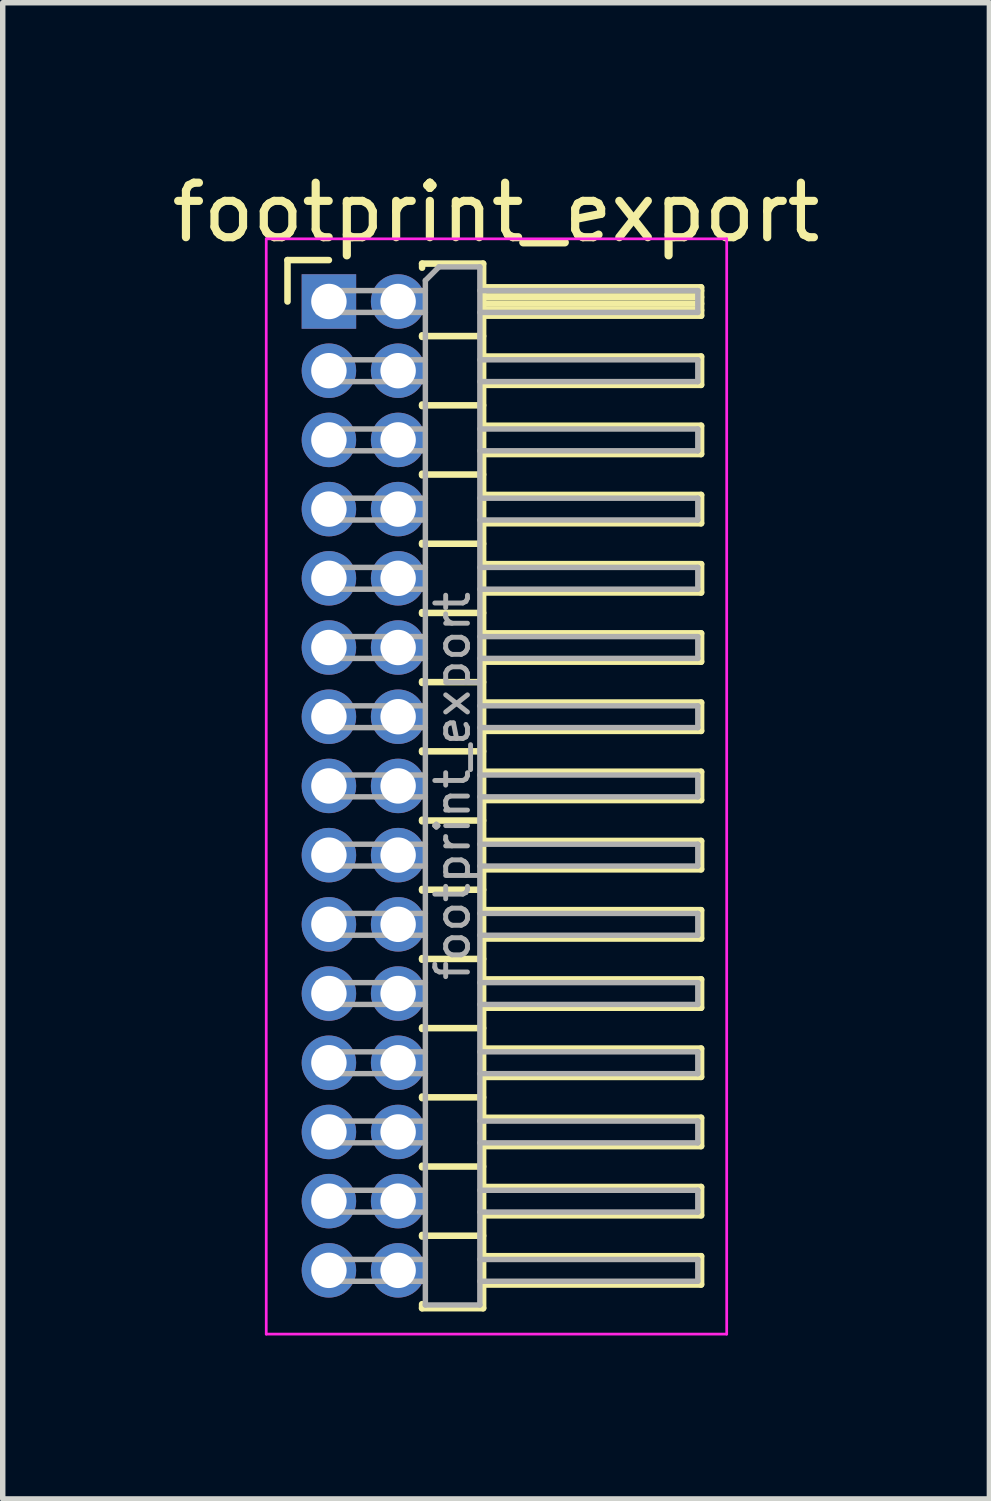
<source format=kicad_pcb>
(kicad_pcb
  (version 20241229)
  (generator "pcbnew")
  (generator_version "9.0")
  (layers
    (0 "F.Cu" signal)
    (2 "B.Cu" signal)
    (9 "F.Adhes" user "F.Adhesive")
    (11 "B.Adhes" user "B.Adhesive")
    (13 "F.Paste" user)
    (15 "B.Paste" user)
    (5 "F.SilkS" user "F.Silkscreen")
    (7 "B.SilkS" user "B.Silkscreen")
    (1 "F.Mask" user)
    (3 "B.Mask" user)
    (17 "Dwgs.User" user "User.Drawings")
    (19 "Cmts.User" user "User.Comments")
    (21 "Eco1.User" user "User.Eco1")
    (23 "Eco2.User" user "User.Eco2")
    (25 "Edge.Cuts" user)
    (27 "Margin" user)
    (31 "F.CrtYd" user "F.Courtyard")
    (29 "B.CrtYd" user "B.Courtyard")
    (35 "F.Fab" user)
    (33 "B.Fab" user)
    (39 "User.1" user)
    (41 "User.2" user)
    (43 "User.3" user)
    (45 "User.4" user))
  (footprint "footprint_export"
    (layer "F.Cu")
    (at 2.986 2.483)
    (property "Reference" "footprint_export" (at 3.067 -1.635 0) (layer "F.SilkS") (effects (font (size 1 1) (thickness 0.15))))
    (attr through_hole)
    (fp_line (start -0.76 -0.76) (end 0 -0.76) (stroke (width 0.12) (type solid)) (layer "F.SilkS"))
    (fp_line (start -0.76 0) (end -0.76 -0.76) (stroke (width 0.12) (type solid)) (layer "F.SilkS"))
    (fp_line (start 1.71 -0.695) (end 2.83 -0.695) (stroke (width 0.12) (type solid)) (layer "F.SilkS"))
    (fp_line (start 1.71 -0.62) (end 1.71 -0.695) (stroke (width 0.12) (type solid)) (layer "F.SilkS"))
    (fp_line (start 1.71 0.62) (end 1.71 0.65) (stroke (width 0.12) (type solid)) (layer "F.SilkS"))
    (fp_line (start 1.71 0.635) (end 2.83 0.635) (stroke (width 0.12) (type solid)) (layer "F.SilkS"))
    (fp_line (start 1.71 1.89) (end 1.71 1.92) (stroke (width 0.12) (type solid)) (layer "F.SilkS"))
    (fp_line (start 1.71 1.905) (end 2.83 1.905) (stroke (width 0.12) (type solid)) (layer "F.SilkS"))
    (fp_line (start 1.71 3.16) (end 1.71 3.19) (stroke (width 0.12) (type solid)) (layer "F.SilkS"))
    (fp_line (start 1.71 3.175) (end 2.83 3.175) (stroke (width 0.12) (type solid)) (layer "F.SilkS"))
    (fp_line (start 1.71 4.43) (end 1.71 4.46) (stroke (width 0.12) (type solid)) (layer "F.SilkS"))
    (fp_line (start 1.71 4.445) (end 2.83 4.445) (stroke (width 0.12) (type solid)) (layer "F.SilkS"))
    (fp_line (start 1.71 5.7) (end 1.71 5.73) (stroke (width 0.12) (type solid)) (layer "F.SilkS"))
    (fp_line (start 1.71 5.715) (end 2.83 5.715) (stroke (width 0.12) (type solid)) (layer "F.SilkS"))
    (fp_line (start 1.71 6.97) (end 1.71 7) (stroke (width 0.12) (type solid)) (layer "F.SilkS"))
    (fp_line (start 1.71 6.985) (end 2.83 6.985) (stroke (width 0.12) (type solid)) (layer "F.SilkS"))
    (fp_line (start 1.71 8.24) (end 1.71 8.27) (stroke (width 0.12) (type solid)) (layer "F.SilkS"))
    (fp_line (start 1.71 8.255) (end 2.83 8.255) (stroke (width 0.12) (type solid)) (layer "F.SilkS"))
    (fp_line (start 1.71 9.51) (end 1.71 9.54) (stroke (width 0.12) (type solid)) (layer "F.SilkS"))
    (fp_line (start 1.71 9.525) (end 2.83 9.525) (stroke (width 0.12) (type solid)) (layer "F.SilkS"))
    (fp_line (start 1.71 10.78) (end 1.71 10.81) (stroke (width 0.12) (type solid)) (layer "F.SilkS"))
    (fp_line (start 1.71 10.795) (end 2.83 10.795) (stroke (width 0.12) (type solid)) (layer "F.SilkS"))
    (fp_line (start 1.71 12.05) (end 1.71 12.08) (stroke (width 0.12) (type solid)) (layer "F.SilkS"))
    (fp_line (start 1.71 12.065) (end 2.83 12.065) (stroke (width 0.12) (type solid)) (layer "F.SilkS"))
    (fp_line (start 1.71 13.32) (end 1.71 13.35) (stroke (width 0.12) (type solid)) (layer "F.SilkS"))
    (fp_line (start 1.71 13.335) (end 2.83 13.335) (stroke (width 0.12) (type solid)) (layer "F.SilkS"))
    (fp_line (start 1.71 14.59) (end 1.71 14.62) (stroke (width 0.12) (type solid)) (layer "F.SilkS"))
    (fp_line (start 1.71 14.605) (end 2.83 14.605) (stroke (width 0.12) (type solid)) (layer "F.SilkS"))
    (fp_line (start 1.71 15.86) (end 1.71 15.89) (stroke (width 0.12) (type solid)) (layer "F.SilkS"))
    (fp_line (start 1.71 15.875) (end 2.83 15.875) (stroke (width 0.12) (type solid)) (layer "F.SilkS"))
    (fp_line (start 1.71 17.13) (end 1.71 17.16) (stroke (width 0.12) (type solid)) (layer "F.SilkS"))
    (fp_line (start 1.71 17.145) (end 2.83 17.145) (stroke (width 0.12) (type solid)) (layer "F.SilkS"))
    (fp_line (start 1.71 18.475) (end 1.71 18.4) (stroke (width 0.12) (type solid)) (layer "F.SilkS"))
    (fp_line (start 2.83 -0.695) (end 2.83 18.475) (stroke (width 0.12) (type solid)) (layer "F.SilkS"))
    (fp_line (start 2.83 -0.26) (end 6.83 -0.26) (stroke (width 0.12) (type solid)) (layer "F.SilkS"))
    (fp_line (start 2.83 -0.2) (end 6.83 -0.2) (stroke (width 0.12) (type solid)) (layer "F.SilkS"))
    (fp_line (start 2.83 -0.08) (end 6.83 -0.08) (stroke (width 0.12) (type solid)) (layer "F.SilkS"))
    (fp_line (start 2.83 0.04) (end 6.83 0.04) (stroke (width 0.12) (type solid)) (layer "F.SilkS"))
    (fp_line (start 2.83 0.16) (end 6.83 0.16) (stroke (width 0.12) (type solid)) (layer "F.SilkS"))
    (fp_line (start 2.83 1.01) (end 6.83 1.01) (stroke (width 0.12) (type solid)) (layer "F.SilkS"))
    (fp_line (start 2.83 2.28) (end 6.83 2.28) (stroke (width 0.12) (type solid)) (layer "F.SilkS"))
    (fp_line (start 2.83 3.55) (end 6.83 3.55) (stroke (width 0.12) (type solid)) (layer "F.SilkS"))
    (fp_line (start 2.83 4.82) (end 6.83 4.82) (stroke (width 0.12) (type solid)) (layer "F.SilkS"))
    (fp_line (start 2.83 6.09) (end 6.83 6.09) (stroke (width 0.12) (type solid)) (layer "F.SilkS"))
    (fp_line (start 2.83 7.36) (end 6.83 7.36) (stroke (width 0.12) (type solid)) (layer "F.SilkS"))
    (fp_line (start 2.83 8.63) (end 6.83 8.63) (stroke (width 0.12) (type solid)) (layer "F.SilkS"))
    (fp_line (start 2.83 9.9) (end 6.83 9.9) (stroke (width 0.12) (type solid)) (layer "F.SilkS"))
    (fp_line (start 2.83 11.17) (end 6.83 11.17) (stroke (width 0.12) (type solid)) (layer "F.SilkS"))
    (fp_line (start 2.83 12.44) (end 6.83 12.44) (stroke (width 0.12) (type solid)) (layer "F.SilkS"))
    (fp_line (start 2.83 13.71) (end 6.83 13.71) (stroke (width 0.12) (type solid)) (layer "F.SilkS"))
    (fp_line (start 2.83 14.98) (end 6.83 14.98) (stroke (width 0.12) (type solid)) (layer "F.SilkS"))
    (fp_line (start 2.83 16.25) (end 6.83 16.25) (stroke (width 0.12) (type solid)) (layer "F.SilkS"))
    (fp_line (start 2.83 17.52) (end 6.83 17.52) (stroke (width 0.12) (type solid)) (layer "F.SilkS"))
    (fp_line (start 2.83 18.475) (end 1.71 18.475) (stroke (width 0.12) (type solid)) (layer "F.SilkS"))
    (fp_line (start 6.83 -0.26) (end 6.83 0.26) (stroke (width 0.12) (type solid)) (layer "F.SilkS"))
    (fp_line (start 6.83 0.26) (end 2.83 0.26) (stroke (width 0.12) (type solid)) (layer "F.SilkS"))
    (fp_line (start 6.83 1.01) (end 6.83 1.53) (stroke (width 0.12) (type solid)) (layer "F.SilkS"))
    (fp_line (start 6.83 1.53) (end 2.83 1.53) (stroke (width 0.12) (type solid)) (layer "F.SilkS"))
    (fp_line (start 6.83 2.28) (end 6.83 2.8) (stroke (width 0.12) (type solid)) (layer "F.SilkS"))
    (fp_line (start 6.83 2.8) (end 2.83 2.8) (stroke (width 0.12) (type solid)) (layer "F.SilkS"))
    (fp_line (start 6.83 3.55) (end 6.83 4.07) (stroke (width 0.12) (type solid)) (layer "F.SilkS"))
    (fp_line (start 6.83 4.07) (end 2.83 4.07) (stroke (width 0.12) (type solid)) (layer "F.SilkS"))
    (fp_line (start 6.83 4.82) (end 6.83 5.34) (stroke (width 0.12) (type solid)) (layer "F.SilkS"))
    (fp_line (start 6.83 5.34) (end 2.83 5.34) (stroke (width 0.12) (type solid)) (layer "F.SilkS"))
    (fp_line (start 6.83 6.09) (end 6.83 6.61) (stroke (width 0.12) (type solid)) (layer "F.SilkS"))
    (fp_line (start 6.83 6.61) (end 2.83 6.61) (stroke (width 0.12) (type solid)) (layer "F.SilkS"))
    (fp_line (start 6.83 7.36) (end 6.83 7.88) (stroke (width 0.12) (type solid)) (layer "F.SilkS"))
    (fp_line (start 6.83 7.88) (end 2.83 7.88) (stroke (width 0.12) (type solid)) (layer "F.SilkS"))
    (fp_line (start 6.83 8.63) (end 6.83 9.15) (stroke (width 0.12) (type solid)) (layer "F.SilkS"))
    (fp_line (start 6.83 9.15) (end 2.83 9.15) (stroke (width 0.12) (type solid)) (layer "F.SilkS"))
    (fp_line (start 6.83 9.9) (end 6.83 10.42) (stroke (width 0.12) (type solid)) (layer "F.SilkS"))
    (fp_line (start 6.83 10.42) (end 2.83 10.42) (stroke (width 0.12) (type solid)) (layer "F.SilkS"))
    (fp_line (start 6.83 11.17) (end 6.83 11.69) (stroke (width 0.12) (type solid)) (layer "F.SilkS"))
    (fp_line (start 6.83 11.69) (end 2.83 11.69) (stroke (width 0.12) (type solid)) (layer "F.SilkS"))
    (fp_line (start 6.83 12.44) (end 6.83 12.96) (stroke (width 0.12) (type solid)) (layer "F.SilkS"))
    (fp_line (start 6.83 12.96) (end 2.83 12.96) (stroke (width 0.12) (type solid)) (layer "F.SilkS"))
    (fp_line (start 6.83 13.71) (end 6.83 14.23) (stroke (width 0.12) (type solid)) (layer "F.SilkS"))
    (fp_line (start 6.83 14.23) (end 2.83 14.23) (stroke (width 0.12) (type solid)) (layer "F.SilkS"))
    (fp_line (start 6.83 14.98) (end 6.83 15.5) (stroke (width 0.12) (type solid)) (layer "F.SilkS"))
    (fp_line (start 6.83 15.5) (end 2.83 15.5) (stroke (width 0.12) (type solid)) (layer "F.SilkS"))
    (fp_line (start 6.83 16.25) (end 6.83 16.77) (stroke (width 0.12) (type solid)) (layer "F.SilkS"))
    (fp_line (start 6.83 16.77) (end 2.83 16.77) (stroke (width 0.12) (type solid)) (layer "F.SilkS"))
    (fp_line (start 6.83 17.52) (end 6.83 18.04) (stroke (width 0.12) (type solid)) (layer "F.SilkS"))
    (fp_line (start 6.83 18.04) (end 2.83 18.04) (stroke (width 0.12) (type solid)) (layer "F.SilkS"))
    (fp_line (start -1.15 -1.15) (end -1.15 18.95) (stroke (width 0.05) (type solid)) (layer "F.CrtYd"))
    (fp_line (start -1.15 18.95) (end 7.3 18.95) (stroke (width 0.05) (type solid)) (layer "F.CrtYd"))
    (fp_line (start 7.3 -1.15) (end -1.15 -1.15) (stroke (width 0.05) (type solid)) (layer "F.CrtYd"))
    (fp_line (start 7.3 18.95) (end 7.3 -1.15) (stroke (width 0.05) (type solid)) (layer "F.CrtYd"))
    (fp_line (start -0.2 -0.2) (end -0.2 0.2) (stroke (width 0.1) (type solid)) (layer "F.Fab"))
    (fp_line (start -0.2 -0.2) (end 1.77 -0.2) (stroke (width 0.1) (type solid)) (layer "F.Fab"))
    (fp_line (start -0.2 0.2) (end 1.77 0.2) (stroke (width 0.1) (type solid)) (layer "F.Fab"))
    (fp_line (start -0.2 1.07) (end -0.2 1.47) (stroke (width 0.1) (type solid)) (layer "F.Fab"))
    (fp_line (start -0.2 1.07) (end 1.77 1.07) (stroke (width 0.1) (type solid)) (layer "F.Fab"))
    (fp_line (start -0.2 1.47) (end 1.77 1.47) (stroke (width 0.1) (type solid)) (layer "F.Fab"))
    (fp_line (start -0.2 2.34) (end -0.2 2.74) (stroke (width 0.1) (type solid)) (layer "F.Fab"))
    (fp_line (start -0.2 2.34) (end 1.77 2.34) (stroke (width 0.1) (type solid)) (layer "F.Fab"))
    (fp_line (start -0.2 2.74) (end 1.77 2.74) (stroke (width 0.1) (type solid)) (layer "F.Fab"))
    (fp_line (start -0.2 3.61) (end -0.2 4.01) (stroke (width 0.1) (type solid)) (layer "F.Fab"))
    (fp_line (start -0.2 3.61) (end 1.77 3.61) (stroke (width 0.1) (type solid)) (layer "F.Fab"))
    (fp_line (start -0.2 4.01) (end 1.77 4.01) (stroke (width 0.1) (type solid)) (layer "F.Fab"))
    (fp_line (start -0.2 4.88) (end -0.2 5.28) (stroke (width 0.1) (type solid)) (layer "F.Fab"))
    (fp_line (start -0.2 4.88) (end 1.77 4.88) (stroke (width 0.1) (type solid)) (layer "F.Fab"))
    (fp_line (start -0.2 5.28) (end 1.77 5.28) (stroke (width 0.1) (type solid)) (layer "F.Fab"))
    (fp_line (start -0.2 6.15) (end -0.2 6.55) (stroke (width 0.1) (type solid)) (layer "F.Fab"))
    (fp_line (start -0.2 6.15) (end 1.77 6.15) (stroke (width 0.1) (type solid)) (layer "F.Fab"))
    (fp_line (start -0.2 6.55) (end 1.77 6.55) (stroke (width 0.1) (type solid)) (layer "F.Fab"))
    (fp_line (start -0.2 7.42) (end -0.2 7.82) (stroke (width 0.1) (type solid)) (layer "F.Fab"))
    (fp_line (start -0.2 7.42) (end 1.77 7.42) (stroke (width 0.1) (type solid)) (layer "F.Fab"))
    (fp_line (start -0.2 7.82) (end 1.77 7.82) (stroke (width 0.1) (type solid)) (layer "F.Fab"))
    (fp_line (start -0.2 8.69) (end -0.2 9.09) (stroke (width 0.1) (type solid)) (layer "F.Fab"))
    (fp_line (start -0.2 8.69) (end 1.77 8.69) (stroke (width 0.1) (type solid)) (layer "F.Fab"))
    (fp_line (start -0.2 9.09) (end 1.77 9.09) (stroke (width 0.1) (type solid)) (layer "F.Fab"))
    (fp_line (start -0.2 9.96) (end -0.2 10.36) (stroke (width 0.1) (type solid)) (layer "F.Fab"))
    (fp_line (start -0.2 9.96) (end 1.77 9.96) (stroke (width 0.1) (type solid)) (layer "F.Fab"))
    (fp_line (start -0.2 10.36) (end 1.77 10.36) (stroke (width 0.1) (type solid)) (layer "F.Fab"))
    (fp_line (start -0.2 11.23) (end -0.2 11.63) (stroke (width 0.1) (type solid)) (layer "F.Fab"))
    (fp_line (start -0.2 11.23) (end 1.77 11.23) (stroke (width 0.1) (type solid)) (layer "F.Fab"))
    (fp_line (start -0.2 11.63) (end 1.77 11.63) (stroke (width 0.1) (type solid)) (layer "F.Fab"))
    (fp_line (start -0.2 12.5) (end -0.2 12.9) (stroke (width 0.1) (type solid)) (layer "F.Fab"))
    (fp_line (start -0.2 12.5) (end 1.77 12.5) (stroke (width 0.1) (type solid)) (layer "F.Fab"))
    (fp_line (start -0.2 12.9) (end 1.77 12.9) (stroke (width 0.1) (type solid)) (layer "F.Fab"))
    (fp_line (start -0.2 13.77) (end -0.2 14.17) (stroke (width 0.1) (type solid)) (layer "F.Fab"))
    (fp_line (start -0.2 13.77) (end 1.77 13.77) (stroke (width 0.1) (type solid)) (layer "F.Fab"))
    (fp_line (start -0.2 14.17) (end 1.77 14.17) (stroke (width 0.1) (type solid)) (layer "F.Fab"))
    (fp_line (start -0.2 15.04) (end -0.2 15.44) (stroke (width 0.1) (type solid)) (layer "F.Fab"))
    (fp_line (start -0.2 15.04) (end 1.77 15.04) (stroke (width 0.1) (type solid)) (layer "F.Fab"))
    (fp_line (start -0.2 15.44) (end 1.77 15.44) (stroke (width 0.1) (type solid)) (layer "F.Fab"))
    (fp_line (start -0.2 16.31) (end -0.2 16.71) (stroke (width 0.1) (type solid)) (layer "F.Fab"))
    (fp_line (start -0.2 16.31) (end 1.77 16.31) (stroke (width 0.1) (type solid)) (layer "F.Fab"))
    (fp_line (start -0.2 16.71) (end 1.77 16.71) (stroke (width 0.1) (type solid)) (layer "F.Fab"))
    (fp_line (start -0.2 17.58) (end -0.2 17.98) (stroke (width 0.1) (type solid)) (layer "F.Fab"))
    (fp_line (start -0.2 17.58) (end 1.77 17.58) (stroke (width 0.1) (type solid)) (layer "F.Fab"))
    (fp_line (start -0.2 17.98) (end 1.77 17.98) (stroke (width 0.1) (type solid)) (layer "F.Fab"))
    (fp_line (start 1.77 -0.385) (end 2.02 -0.635) (stroke (width 0.1) (type solid)) (layer "F.Fab"))
    (fp_line (start 1.77 18.415) (end 1.77 -0.385) (stroke (width 0.1) (type solid)) (layer "F.Fab"))
    (fp_line (start 2.02 -0.635) (end 2.77 -0.635) (stroke (width 0.1) (type solid)) (layer "F.Fab"))
    (fp_line (start 2.77 -0.635) (end 2.77 18.415) (stroke (width 0.1) (type solid)) (layer "F.Fab"))
    (fp_line (start 2.77 -0.2) (end 6.77 -0.2) (stroke (width 0.1) (type solid)) (layer "F.Fab"))
    (fp_line (start 2.77 0.2) (end 6.77 0.2) (stroke (width 0.1) (type solid)) (layer "F.Fab"))
    (fp_line (start 2.77 1.07) (end 6.77 1.07) (stroke (width 0.1) (type solid)) (layer "F.Fab"))
    (fp_line (start 2.77 1.47) (end 6.77 1.47) (stroke (width 0.1) (type solid)) (layer "F.Fab"))
    (fp_line (start 2.77 2.34) (end 6.77 2.34) (stroke (width 0.1) (type solid)) (layer "F.Fab"))
    (fp_line (start 2.77 2.74) (end 6.77 2.74) (stroke (width 0.1) (type solid)) (layer "F.Fab"))
    (fp_line (start 2.77 3.61) (end 6.77 3.61) (stroke (width 0.1) (type solid)) (layer "F.Fab"))
    (fp_line (start 2.77 4.01) (end 6.77 4.01) (stroke (width 0.1) (type solid)) (layer "F.Fab"))
    (fp_line (start 2.77 4.88) (end 6.77 4.88) (stroke (width 0.1) (type solid)) (layer "F.Fab"))
    (fp_line (start 2.77 5.28) (end 6.77 5.28) (stroke (width 0.1) (type solid)) (layer "F.Fab"))
    (fp_line (start 2.77 6.15) (end 6.77 6.15) (stroke (width 0.1) (type solid)) (layer "F.Fab"))
    (fp_line (start 2.77 6.55) (end 6.77 6.55) (stroke (width 0.1) (type solid)) (layer "F.Fab"))
    (fp_line (start 2.77 7.42) (end 6.77 7.42) (stroke (width 0.1) (type solid)) (layer "F.Fab"))
    (fp_line (start 2.77 7.82) (end 6.77 7.82) (stroke (width 0.1) (type solid)) (layer "F.Fab"))
    (fp_line (start 2.77 8.69) (end 6.77 8.69) (stroke (width 0.1) (type solid)) (layer "F.Fab"))
    (fp_line (start 2.77 9.09) (end 6.77 9.09) (stroke (width 0.1) (type solid)) (layer "F.Fab"))
    (fp_line (start 2.77 9.96) (end 6.77 9.96) (stroke (width 0.1) (type solid)) (layer "F.Fab"))
    (fp_line (start 2.77 10.36) (end 6.77 10.36) (stroke (width 0.1) (type solid)) (layer "F.Fab"))
    (fp_line (start 2.77 11.23) (end 6.77 11.23) (stroke (width 0.1) (type solid)) (layer "F.Fab"))
    (fp_line (start 2.77 11.63) (end 6.77 11.63) (stroke (width 0.1) (type solid)) (layer "F.Fab"))
    (fp_line (start 2.77 12.5) (end 6.77 12.5) (stroke (width 0.1) (type solid)) (layer "F.Fab"))
    (fp_line (start 2.77 12.9) (end 6.77 12.9) (stroke (width 0.1) (type solid)) (layer "F.Fab"))
    (fp_line (start 2.77 13.77) (end 6.77 13.77) (stroke (width 0.1) (type solid)) (layer "F.Fab"))
    (fp_line (start 2.77 14.17) (end 6.77 14.17) (stroke (width 0.1) (type solid)) (layer "F.Fab"))
    (fp_line (start 2.77 15.04) (end 6.77 15.04) (stroke (width 0.1) (type solid)) (layer "F.Fab"))
    (fp_line (start 2.77 15.44) (end 6.77 15.44) (stroke (width 0.1) (type solid)) (layer "F.Fab"))
    (fp_line (start 2.77 16.31) (end 6.77 16.31) (stroke (width 0.1) (type solid)) (layer "F.Fab"))
    (fp_line (start 2.77 16.71) (end 6.77 16.71) (stroke (width 0.1) (type solid)) (layer "F.Fab"))
    (fp_line (start 2.77 17.58) (end 6.77 17.58) (stroke (width 0.1) (type solid)) (layer "F.Fab"))
    (fp_line (start 2.77 17.98) (end 6.77 17.98) (stroke (width 0.1) (type solid)) (layer "F.Fab"))
    (fp_line (start 2.77 18.415) (end 1.77 18.415) (stroke (width 0.1) (type solid)) (layer "F.Fab"))
    (fp_line (start 6.77 -0.2) (end 6.77 0.2) (stroke (width 0.1) (type solid)) (layer "F.Fab"))
    (fp_line (start 6.77 1.07) (end 6.77 1.47) (stroke (width 0.1) (type solid)) (layer "F.Fab"))
    (fp_line (start 6.77 2.34) (end 6.77 2.74) (stroke (width 0.1) (type solid)) (layer "F.Fab"))
    (fp_line (start 6.77 3.61) (end 6.77 4.01) (stroke (width 0.1) (type solid)) (layer "F.Fab"))
    (fp_line (start 6.77 4.88) (end 6.77 5.28) (stroke (width 0.1) (type solid)) (layer "F.Fab"))
    (fp_line (start 6.77 6.15) (end 6.77 6.55) (stroke (width 0.1) (type solid)) (layer "F.Fab"))
    (fp_line (start 6.77 7.42) (end 6.77 7.82) (stroke (width 0.1) (type solid)) (layer "F.Fab"))
    (fp_line (start 6.77 8.69) (end 6.77 9.09) (stroke (width 0.1) (type solid)) (layer "F.Fab"))
    (fp_line (start 6.77 9.96) (end 6.77 10.36) (stroke (width 0.1) (type solid)) (layer "F.Fab"))
    (fp_line (start 6.77 11.23) (end 6.77 11.63) (stroke (width 0.1) (type solid)) (layer "F.Fab"))
    (fp_line (start 6.77 12.5) (end 6.77 12.9) (stroke (width 0.1) (type solid)) (layer "F.Fab"))
    (fp_line (start 6.77 13.77) (end 6.77 14.17) (stroke (width 0.1) (type solid)) (layer "F.Fab"))
    (fp_line (start 6.77 15.04) (end 6.77 15.44) (stroke (width 0.1) (type solid)) (layer "F.Fab"))
    (fp_line (start 6.77 16.31) (end 6.77 16.71) (stroke (width 0.1) (type solid)) (layer "F.Fab"))
    (fp_line (start 6.77 17.58) (end 6.77 17.98) (stroke (width 0.1) (type solid)) (layer "F.Fab"))
    (fp_text user "${REFERENCE}" (at 2.27 8.89 90) (layer "F.Fab") (effects (font (size 0.6 0.6) (thickness 0.09))))
    (pad "1" thru_hole rect (at 0 0) (size 1 1) (drill 0.65) (layers "*.Cu" "*.Mask"))
    (pad "2" thru_hole oval (at 1.27 0) (size 1 1) (drill 0.65) (layers "*.Cu" "*.Mask"))
    (pad "3" thru_hole oval (at 0 1.27) (size 1 1) (drill 0.65) (layers "*.Cu" "*.Mask"))
    (pad "4" thru_hole oval (at 1.27 1.27) (size 1 1) (drill 0.65) (layers "*.Cu" "*.Mask"))
    (pad "5" thru_hole oval (at 0 2.54) (size 1 1) (drill 0.65) (layers "*.Cu" "*.Mask"))
    (pad "6" thru_hole oval (at 1.27 2.54) (size 1 1) (drill 0.65) (layers "*.Cu" "*.Mask"))
    (pad "7" thru_hole oval (at 0 3.81) (size 1 1) (drill 0.65) (layers "*.Cu" "*.Mask"))
    (pad "8" thru_hole oval (at 1.27 3.81) (size 1 1) (drill 0.65) (layers "*.Cu" "*.Mask"))
    (pad "9" thru_hole oval (at 0 5.08) (size 1 1) (drill 0.65) (layers "*.Cu" "*.Mask"))
    (pad "10" thru_hole oval (at 1.27 5.08) (size 1 1) (drill 0.65) (layers "*.Cu" "*.Mask"))
    (pad "11" thru_hole oval (at 0 6.35) (size 1 1) (drill 0.65) (layers "*.Cu" "*.Mask"))
    (pad "12" thru_hole oval (at 1.27 6.35) (size 1 1) (drill 0.65) (layers "*.Cu" "*.Mask"))
    (pad "13" thru_hole oval (at 0 7.62) (size 1 1) (drill 0.65) (layers "*.Cu" "*.Mask"))
    (pad "14" thru_hole oval (at 1.27 7.62) (size 1 1) (drill 0.65) (layers "*.Cu" "*.Mask"))
    (pad "15" thru_hole oval (at 0 8.89) (size 1 1) (drill 0.65) (layers "*.Cu" "*.Mask"))
    (pad "16" thru_hole oval (at 1.27 8.89) (size 1 1) (drill 0.65) (layers "*.Cu" "*.Mask"))
    (pad "17" thru_hole oval (at 0 10.16) (size 1 1) (drill 0.65) (layers "*.Cu" "*.Mask"))
    (pad "18" thru_hole oval (at 1.27 10.16) (size 1 1) (drill 0.65) (layers "*.Cu" "*.Mask"))
    (pad "19" thru_hole oval (at 0 11.43) (size 1 1) (drill 0.65) (layers "*.Cu" "*.Mask"))
    (pad "20" thru_hole oval (at 1.27 11.43) (size 1 1) (drill 0.65) (layers "*.Cu" "*.Mask"))
    (pad "21" thru_hole oval (at 0 12.7) (size 1 1) (drill 0.65) (layers "*.Cu" "*.Mask"))
    (pad "22" thru_hole oval (at 1.27 12.7) (size 1 1) (drill 0.65) (layers "*.Cu" "*.Mask"))
    (pad "23" thru_hole oval (at 0 13.97) (size 1 1) (drill 0.65) (layers "*.Cu" "*.Mask"))
    (pad "24" thru_hole oval (at 1.27 13.97) (size 1 1) (drill 0.65) (layers "*.Cu" "*.Mask"))
    (pad "25" thru_hole oval (at 0 15.24) (size 1 1) (drill 0.65) (layers "*.Cu" "*.Mask"))
    (pad "26" thru_hole oval (at 1.27 15.24) (size 1 1) (drill 0.65) (layers "*.Cu" "*.Mask"))
    (pad "27" thru_hole oval (at 0 16.51) (size 1 1) (drill 0.65) (layers "*.Cu" "*.Mask"))
    (pad "28" thru_hole oval (at 1.27 16.51) (size 1 1) (drill 0.65) (layers "*.Cu" "*.Mask"))
    (pad "29" thru_hole oval (at 0 17.78) (size 1 1) (drill 0.65) (layers "*.Cu" "*.Mask"))
    (pad "30" thru_hole oval (at 1.27 17.78) (size 1 1) (drill 0.65) (layers "*.Cu" "*.Mask")))
  (gr_rect
    (start -3 -3)
    (end 15.107 24.458)
    (stroke (width 0.1) (type default))
    (fill no)
    (layer "Edge.Cuts")))
</source>
